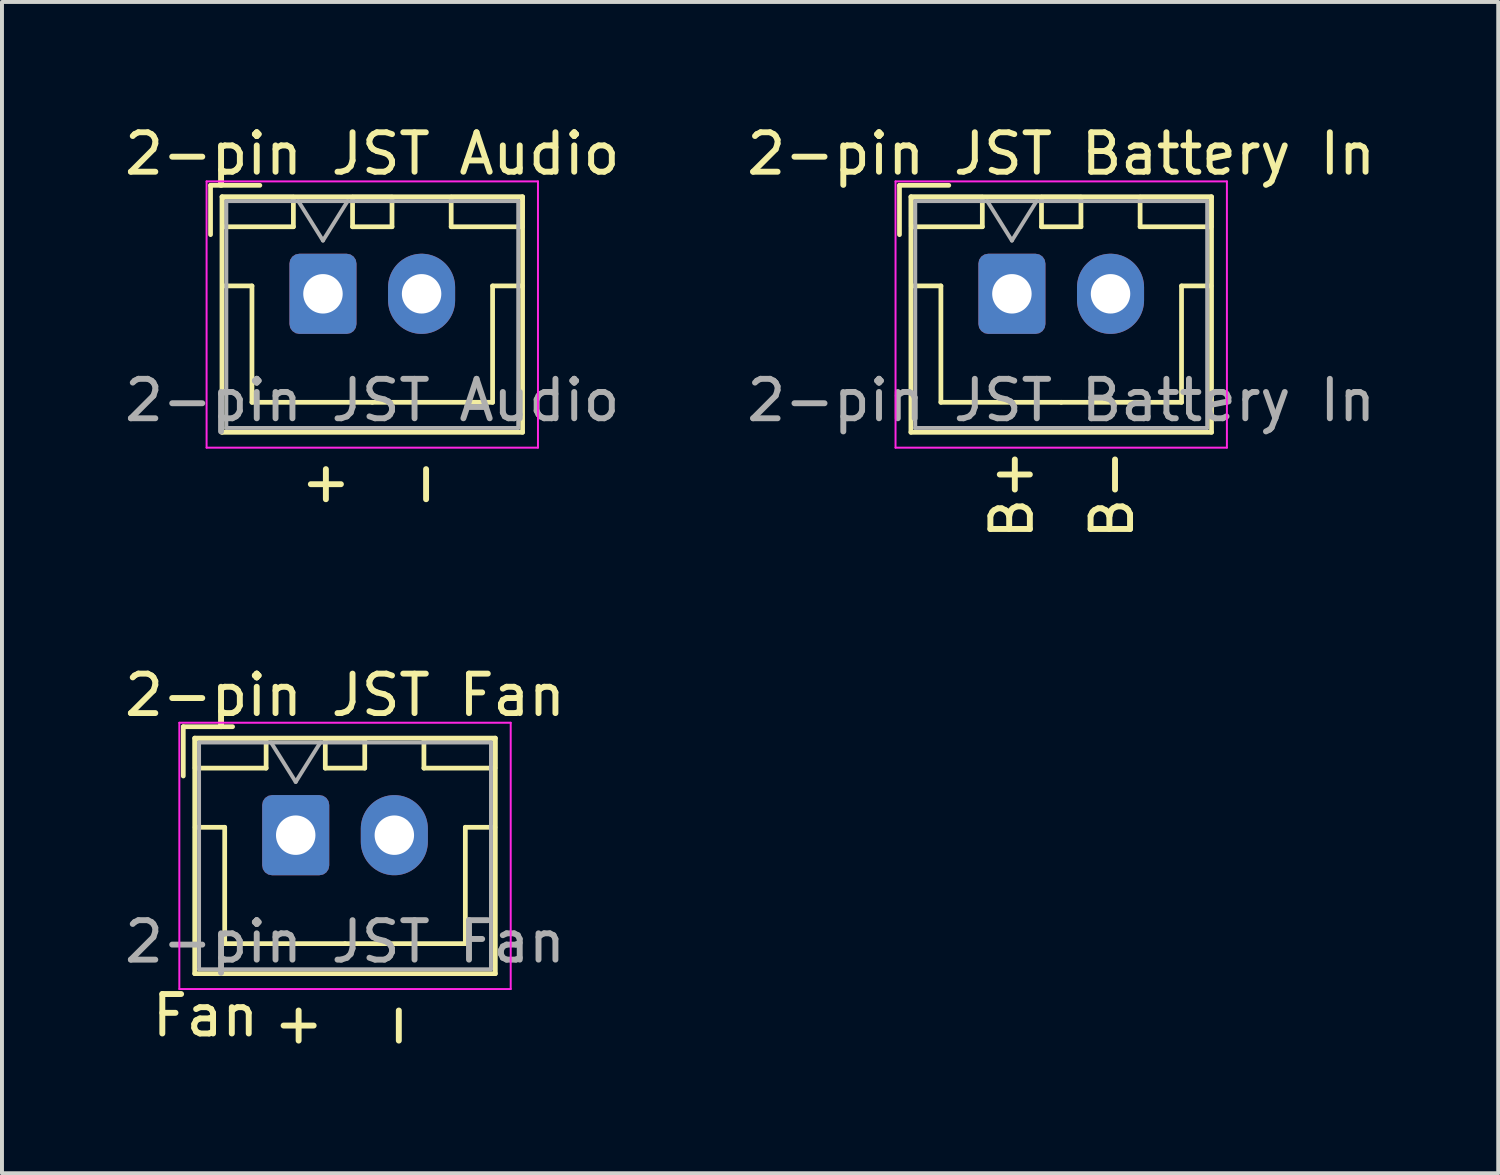
<source format=kicad_pcb>
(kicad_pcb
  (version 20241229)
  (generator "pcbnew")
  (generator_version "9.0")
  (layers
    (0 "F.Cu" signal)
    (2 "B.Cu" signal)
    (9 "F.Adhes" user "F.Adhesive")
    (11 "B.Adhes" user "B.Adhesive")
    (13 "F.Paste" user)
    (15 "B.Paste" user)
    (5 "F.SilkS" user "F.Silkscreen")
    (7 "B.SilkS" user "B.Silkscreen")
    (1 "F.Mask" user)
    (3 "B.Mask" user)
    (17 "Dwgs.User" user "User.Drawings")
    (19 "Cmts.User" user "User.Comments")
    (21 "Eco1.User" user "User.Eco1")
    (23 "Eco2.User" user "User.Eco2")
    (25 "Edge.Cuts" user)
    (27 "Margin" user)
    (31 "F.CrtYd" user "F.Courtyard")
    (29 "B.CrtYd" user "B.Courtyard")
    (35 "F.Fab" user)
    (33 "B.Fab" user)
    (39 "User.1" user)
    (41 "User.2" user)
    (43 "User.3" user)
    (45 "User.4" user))
  (footprint "2-pin JST Audio"
    (layer "F.Cu")
    (at 5.137 4.398)
    (property "Reference" "2-pin JST Audio" (at 1.25 -3.55 0) (layer "F.SilkS") (effects (font (size 1 1) (thickness 0.15))))
    (attr through_hole)
    (fp_line (start -2.85 -2.75) (end -2.85 -1.5) (stroke (width 0.12) (type solid)) (layer "F.SilkS"))
    (fp_line (start -2.56 -2.46) (end -2.56 3.51) (stroke (width 0.12) (type solid)) (layer "F.SilkS"))
    (fp_line (start -2.56 3.51) (end 5.06 3.51) (stroke (width 0.12) (type solid)) (layer "F.SilkS"))
    (fp_line (start -2.55 -2.45) (end -2.55 -1.7) (stroke (width 0.12) (type solid)) (layer "F.SilkS"))
    (fp_line (start -2.55 -1.7) (end -0.75 -1.7) (stroke (width 0.12) (type solid)) (layer "F.SilkS"))
    (fp_line (start -2.55 -0.2) (end -1.8 -0.2) (stroke (width 0.12) (type solid)) (layer "F.SilkS"))
    (fp_line (start -1.8 -0.2) (end -1.8 2.75) (stroke (width 0.12) (type solid)) (layer "F.SilkS"))
    (fp_line (start -1.8 2.75) (end 1.25 2.75) (stroke (width 0.12) (type solid)) (layer "F.SilkS"))
    (fp_line (start -1.6 -2.75) (end -2.85 -2.75) (stroke (width 0.12) (type solid)) (layer "F.SilkS"))
    (fp_line (start -0.75 -2.45) (end -2.55 -2.45) (stroke (width 0.12) (type solid)) (layer "F.SilkS"))
    (fp_line (start -0.75 -1.7) (end -0.75 -2.45) (stroke (width 0.12) (type solid)) (layer "F.SilkS"))
    (fp_line (start 0.75 -2.45) (end 0.75 -1.7) (stroke (width 0.12) (type solid)) (layer "F.SilkS"))
    (fp_line (start 0.75 -1.7) (end 1.75 -1.7) (stroke (width 0.12) (type solid)) (layer "F.SilkS"))
    (fp_line (start 1.75 -2.45) (end 0.75 -2.45) (stroke (width 0.12) (type solid)) (layer "F.SilkS"))
    (fp_line (start 1.75 -1.7) (end 1.75 -2.45) (stroke (width 0.12) (type solid)) (layer "F.SilkS"))
    (fp_line (start 3.25 -2.45) (end 3.25 -1.7) (stroke (width 0.12) (type solid)) (layer "F.SilkS"))
    (fp_line (start 3.25 -1.7) (end 5.05 -1.7) (stroke (width 0.12) (type solid)) (layer "F.SilkS"))
    (fp_line (start 4.3 -0.2) (end 4.3 2.75) (stroke (width 0.12) (type solid)) (layer "F.SilkS"))
    (fp_line (start 4.3 2.75) (end 1.25 2.75) (stroke (width 0.12) (type solid)) (layer "F.SilkS"))
    (fp_line (start 5.05 -2.45) (end 3.25 -2.45) (stroke (width 0.12) (type solid)) (layer "F.SilkS"))
    (fp_line (start 5.05 -1.7) (end 5.05 -2.45) (stroke (width 0.12) (type solid)) (layer "F.SilkS"))
    (fp_line (start 5.05 -0.2) (end 4.3 -0.2) (stroke (width 0.12) (type solid)) (layer "F.SilkS"))
    (fp_line (start 5.06 -2.46) (end -2.56 -2.46) (stroke (width 0.12) (type solid)) (layer "F.SilkS"))
    (fp_line (start 5.06 3.51) (end 5.06 -2.46) (stroke (width 0.12) (type solid)) (layer "F.SilkS"))
    (fp_line (start -2.95 -2.85) (end -2.95 3.9) (stroke (width 0.05) (type solid)) (layer "F.CrtYd"))
    (fp_line (start -2.95 3.9) (end 5.45 3.9) (stroke (width 0.05) (type solid)) (layer "F.CrtYd"))
    (fp_line (start 5.45 -2.85) (end -2.95 -2.85) (stroke (width 0.05) (type solid)) (layer "F.CrtYd"))
    (fp_line (start 5.45 3.9) (end 5.45 -2.85) (stroke (width 0.05) (type solid)) (layer "F.CrtYd"))
    (fp_line (start -2.45 -2.35) (end -2.45 3.4) (stroke (width 0.1) (type solid)) (layer "F.Fab"))
    (fp_line (start -2.45 3.4) (end 4.95 3.4) (stroke (width 0.1) (type solid)) (layer "F.Fab"))
    (fp_line (start -0.625 -2.35) (end 0 -1.35) (stroke (width 0.1) (type solid)) (layer "F.Fab"))
    (fp_line (start 0 -1.35) (end 0.625 -2.35) (stroke (width 0.1) (type solid)) (layer "F.Fab"))
    (fp_line (start 4.95 -2.35) (end -2.45 -2.35) (stroke (width 0.1) (type solid)) (layer "F.Fab"))
    (fp_line (start 4.95 3.4) (end 4.95 -2.35) (stroke (width 0.1) (type solid)) (layer "F.Fab"))
    (fp_text user "+" (at 0 4.826 90) (unlocked yes) (layer "F.SilkS") (effects (font (size 1 1) (thickness 0.15))))
    (fp_text user "-" (at 2.54 4.826 90) (unlocked yes) (layer "F.SilkS") (effects (font (size 1 1) (thickness 0.15))))
    (fp_text user "${REFERENCE}" (at 1.25 2.7 0) (layer "F.Fab") (effects (font (size 1 1) (thickness 0.15))))
    (pad "1" thru_hole roundrect (at 0 0) (size 1.7 2.032) (drill 1) (layers "*.Cu" "*.Mask") (roundrect_rratio 0.147))
    (pad "2" thru_hole oval (at 2.5 0) (size 1.7 2.032) (drill 1) (layers "*.Cu" "*.Mask")))
  (footprint "2-pin JST Fan"
    (layer "F.Cu")
    (at 4.446 18.121)
    (property "Reference" "2-pin JST Fan" (at 1.25 -3.55 0) (layer "F.SilkS") (effects (font (size 1 1) (thickness 0.15))))
    (attr through_hole)
    (fp_line (start -2.85 -2.75) (end -2.85 -1.5) (stroke (width 0.12) (type solid)) (layer "F.SilkS"))
    (fp_line (start -2.56 -2.46) (end -2.56 3.51) (stroke (width 0.12) (type solid)) (layer "F.SilkS"))
    (fp_line (start -2.56 3.51) (end 5.06 3.51) (stroke (width 0.12) (type solid)) (layer "F.SilkS"))
    (fp_line (start -2.55 -2.45) (end -2.55 -1.7) (stroke (width 0.12) (type solid)) (layer "F.SilkS"))
    (fp_line (start -2.55 -1.7) (end -0.75 -1.7) (stroke (width 0.12) (type solid)) (layer "F.SilkS"))
    (fp_line (start -2.55 -0.2) (end -1.8 -0.2) (stroke (width 0.12) (type solid)) (layer "F.SilkS"))
    (fp_line (start -1.8 -0.2) (end -1.8 2.75) (stroke (width 0.12) (type solid)) (layer "F.SilkS"))
    (fp_line (start -1.8 2.75) (end 1.25 2.75) (stroke (width 0.12) (type solid)) (layer "F.SilkS"))
    (fp_line (start -1.6 -2.75) (end -2.85 -2.75) (stroke (width 0.12) (type solid)) (layer "F.SilkS"))
    (fp_line (start -0.75 -2.45) (end -2.55 -2.45) (stroke (width 0.12) (type solid)) (layer "F.SilkS"))
    (fp_line (start -0.75 -1.7) (end -0.75 -2.45) (stroke (width 0.12) (type solid)) (layer "F.SilkS"))
    (fp_line (start 0.75 -2.45) (end 0.75 -1.7) (stroke (width 0.12) (type solid)) (layer "F.SilkS"))
    (fp_line (start 0.75 -1.7) (end 1.75 -1.7) (stroke (width 0.12) (type solid)) (layer "F.SilkS"))
    (fp_line (start 1.75 -2.45) (end 0.75 -2.45) (stroke (width 0.12) (type solid)) (layer "F.SilkS"))
    (fp_line (start 1.75 -1.7) (end 1.75 -2.45) (stroke (width 0.12) (type solid)) (layer "F.SilkS"))
    (fp_line (start 3.25 -2.45) (end 3.25 -1.7) (stroke (width 0.12) (type solid)) (layer "F.SilkS"))
    (fp_line (start 3.25 -1.7) (end 5.05 -1.7) (stroke (width 0.12) (type solid)) (layer "F.SilkS"))
    (fp_line (start 4.3 -0.2) (end 4.3 2.75) (stroke (width 0.12) (type solid)) (layer "F.SilkS"))
    (fp_line (start 4.3 2.75) (end 1.25 2.75) (stroke (width 0.12) (type solid)) (layer "F.SilkS"))
    (fp_line (start 5.05 -2.45) (end 3.25 -2.45) (stroke (width 0.12) (type solid)) (layer "F.SilkS"))
    (fp_line (start 5.05 -1.7) (end 5.05 -2.45) (stroke (width 0.12) (type solid)) (layer "F.SilkS"))
    (fp_line (start 5.05 -0.2) (end 4.3 -0.2) (stroke (width 0.12) (type solid)) (layer "F.SilkS"))
    (fp_line (start 5.06 -2.46) (end -2.56 -2.46) (stroke (width 0.12) (type solid)) (layer "F.SilkS"))
    (fp_line (start 5.06 3.51) (end 5.06 -2.46) (stroke (width 0.12) (type solid)) (layer "F.SilkS"))
    (fp_line (start -2.95 -2.85) (end -2.95 3.9) (stroke (width 0.05) (type solid)) (layer "F.CrtYd"))
    (fp_line (start -2.95 3.9) (end 5.45 3.9) (stroke (width 0.05) (type solid)) (layer "F.CrtYd"))
    (fp_line (start 5.45 -2.85) (end -2.95 -2.85) (stroke (width 0.05) (type solid)) (layer "F.CrtYd"))
    (fp_line (start 5.45 3.9) (end 5.45 -2.85) (stroke (width 0.05) (type solid)) (layer "F.CrtYd"))
    (fp_line (start -2.45 -2.35) (end -2.45 3.4) (stroke (width 0.1) (type solid)) (layer "F.Fab"))
    (fp_line (start -2.45 3.4) (end 4.95 3.4) (stroke (width 0.1) (type solid)) (layer "F.Fab"))
    (fp_line (start -0.625 -2.35) (end 0 -1.35) (stroke (width 0.1) (type solid)) (layer "F.Fab"))
    (fp_line (start 0 -1.35) (end 0.625 -2.35) (stroke (width 0.1) (type solid)) (layer "F.Fab"))
    (fp_line (start 4.95 -2.35) (end -2.45 -2.35) (stroke (width 0.1) (type solid)) (layer "F.Fab"))
    (fp_line (start 4.95 3.4) (end 4.95 -2.35) (stroke (width 0.1) (type solid)) (layer "F.Fab"))
    (fp_text user "Fan" (at -2.286 4.572 0) (unlocked yes) (layer "F.SilkS") (effects (font (size 1 1) (thickness 0.15))))
    (fp_text user "-" (at 2.54 4.826 90) (unlocked yes) (layer "F.SilkS") (effects (font (size 1 1) (thickness 0.15))))
    (fp_text user "+" (at 0 4.826 90) (unlocked yes) (layer "F.SilkS") (effects (font (size 1 1) (thickness 0.15))))
    (fp_text user "${REFERENCE}" (at 1.25 2.7 0) (layer "F.Fab") (effects (font (size 1 1) (thickness 0.15))))
    (pad "1" thru_hole roundrect (at 0 0) (size 1.7 2.032) (drill 1) (layers "*.Cu" "*.Mask") (roundrect_rratio 0.147))
    (pad "2" thru_hole oval (at 2.5 0) (size 1.7 2.032) (drill 1) (layers "*.Cu" "*.Mask")))
  (footprint "2-pin JST Battery In"
    (layer "F.Cu")
    (at 22.601 4.398)
    (property "Reference" "2-pin JST Battery In" (at 1.25 -3.55 0) (layer "F.SilkS") (effects (font (size 1 1) (thickness 0.15))))
    (attr through_hole)
    (fp_line (start -2.85 -2.75) (end -2.85 -1.5) (stroke (width 0.12) (type solid)) (layer "F.SilkS"))
    (fp_line (start -2.56 -2.46) (end -2.56 3.51) (stroke (width 0.12) (type solid)) (layer "F.SilkS"))
    (fp_line (start -2.56 3.51) (end 5.06 3.51) (stroke (width 0.12) (type solid)) (layer "F.SilkS"))
    (fp_line (start -2.55 -2.45) (end -2.55 -1.7) (stroke (width 0.12) (type solid)) (layer "F.SilkS"))
    (fp_line (start -2.55 -1.7) (end -0.75 -1.7) (stroke (width 0.12) (type solid)) (layer "F.SilkS"))
    (fp_line (start -2.55 -0.2) (end -1.8 -0.2) (stroke (width 0.12) (type solid)) (layer "F.SilkS"))
    (fp_line (start -1.8 -0.2) (end -1.8 2.75) (stroke (width 0.12) (type solid)) (layer "F.SilkS"))
    (fp_line (start -1.8 2.75) (end 1.25 2.75) (stroke (width 0.12) (type solid)) (layer "F.SilkS"))
    (fp_line (start -1.6 -2.75) (end -2.85 -2.75) (stroke (width 0.12) (type solid)) (layer "F.SilkS"))
    (fp_line (start -0.75 -2.45) (end -2.55 -2.45) (stroke (width 0.12) (type solid)) (layer "F.SilkS"))
    (fp_line (start -0.75 -1.7) (end -0.75 -2.45) (stroke (width 0.12) (type solid)) (layer "F.SilkS"))
    (fp_line (start 0.75 -2.45) (end 0.75 -1.7) (stroke (width 0.12) (type solid)) (layer "F.SilkS"))
    (fp_line (start 0.75 -1.7) (end 1.75 -1.7) (stroke (width 0.12) (type solid)) (layer "F.SilkS"))
    (fp_line (start 1.75 -2.45) (end 0.75 -2.45) (stroke (width 0.12) (type solid)) (layer "F.SilkS"))
    (fp_line (start 1.75 -1.7) (end 1.75 -2.45) (stroke (width 0.12) (type solid)) (layer "F.SilkS"))
    (fp_line (start 3.25 -2.45) (end 3.25 -1.7) (stroke (width 0.12) (type solid)) (layer "F.SilkS"))
    (fp_line (start 3.25 -1.7) (end 5.05 -1.7) (stroke (width 0.12) (type solid)) (layer "F.SilkS"))
    (fp_line (start 4.3 -0.2) (end 4.3 2.75) (stroke (width 0.12) (type solid)) (layer "F.SilkS"))
    (fp_line (start 4.3 2.75) (end 1.25 2.75) (stroke (width 0.12) (type solid)) (layer "F.SilkS"))
    (fp_line (start 5.05 -2.45) (end 3.25 -2.45) (stroke (width 0.12) (type solid)) (layer "F.SilkS"))
    (fp_line (start 5.05 -1.7) (end 5.05 -2.45) (stroke (width 0.12) (type solid)) (layer "F.SilkS"))
    (fp_line (start 5.05 -0.2) (end 4.3 -0.2) (stroke (width 0.12) (type solid)) (layer "F.SilkS"))
    (fp_line (start 5.06 -2.46) (end -2.56 -2.46) (stroke (width 0.12) (type solid)) (layer "F.SilkS"))
    (fp_line (start 5.06 3.51) (end 5.06 -2.46) (stroke (width 0.12) (type solid)) (layer "F.SilkS"))
    (fp_line (start -2.95 -2.85) (end -2.95 3.9) (stroke (width 0.05) (type solid)) (layer "F.CrtYd"))
    (fp_line (start -2.95 3.9) (end 5.45 3.9) (stroke (width 0.05) (type solid)) (layer "F.CrtYd"))
    (fp_line (start 5.45 -2.85) (end -2.95 -2.85) (stroke (width 0.05) (type solid)) (layer "F.CrtYd"))
    (fp_line (start 5.45 3.9) (end 5.45 -2.85) (stroke (width 0.05) (type solid)) (layer "F.CrtYd"))
    (fp_line (start -2.45 -2.35) (end -2.45 3.4) (stroke (width 0.1) (type solid)) (layer "F.Fab"))
    (fp_line (start -2.45 3.4) (end 4.95 3.4) (stroke (width 0.1) (type solid)) (layer "F.Fab"))
    (fp_line (start -0.625 -2.35) (end 0 -1.35) (stroke (width 0.1) (type solid)) (layer "F.Fab"))
    (fp_line (start 0 -1.35) (end 0.625 -2.35) (stroke (width 0.1) (type solid)) (layer "F.Fab"))
    (fp_line (start 4.95 -2.35) (end -2.45 -2.35) (stroke (width 0.1) (type solid)) (layer "F.Fab"))
    (fp_line (start 4.95 3.4) (end 4.95 -2.35) (stroke (width 0.1) (type solid)) (layer "F.Fab"))
    (fp_text user "B-" (at 2.54 5.08 90) (unlocked yes) (layer "F.SilkS") (effects (font (size 1 1) (thickness 0.15))))
    (fp_text user "B+" (at 0 5.08 90) (unlocked yes) (layer "F.SilkS") (effects (font (size 1 1) (thickness 0.15))))
    (fp_text user "${REFERENCE}" (at 1.25 2.7 0) (layer "F.Fab") (effects (font (size 1 1) (thickness 0.15))))
    (pad "1" thru_hole roundrect (at 0 0) (size 1.7 2.032) (drill 1) (layers "*.Cu" "*.Mask") (roundrect_rratio 0.147))
    (pad "2" thru_hole oval (at 2.5 0) (size 1.7 2.032) (drill 1) (layers "*.Cu" "*.Mask")))
  (gr_rect
    (start -3 -3)
    (end 34.929 26.691)
    (stroke (width 0.1) (type default))
    (fill no)
    (layer "Edge.Cuts")))
</source>
